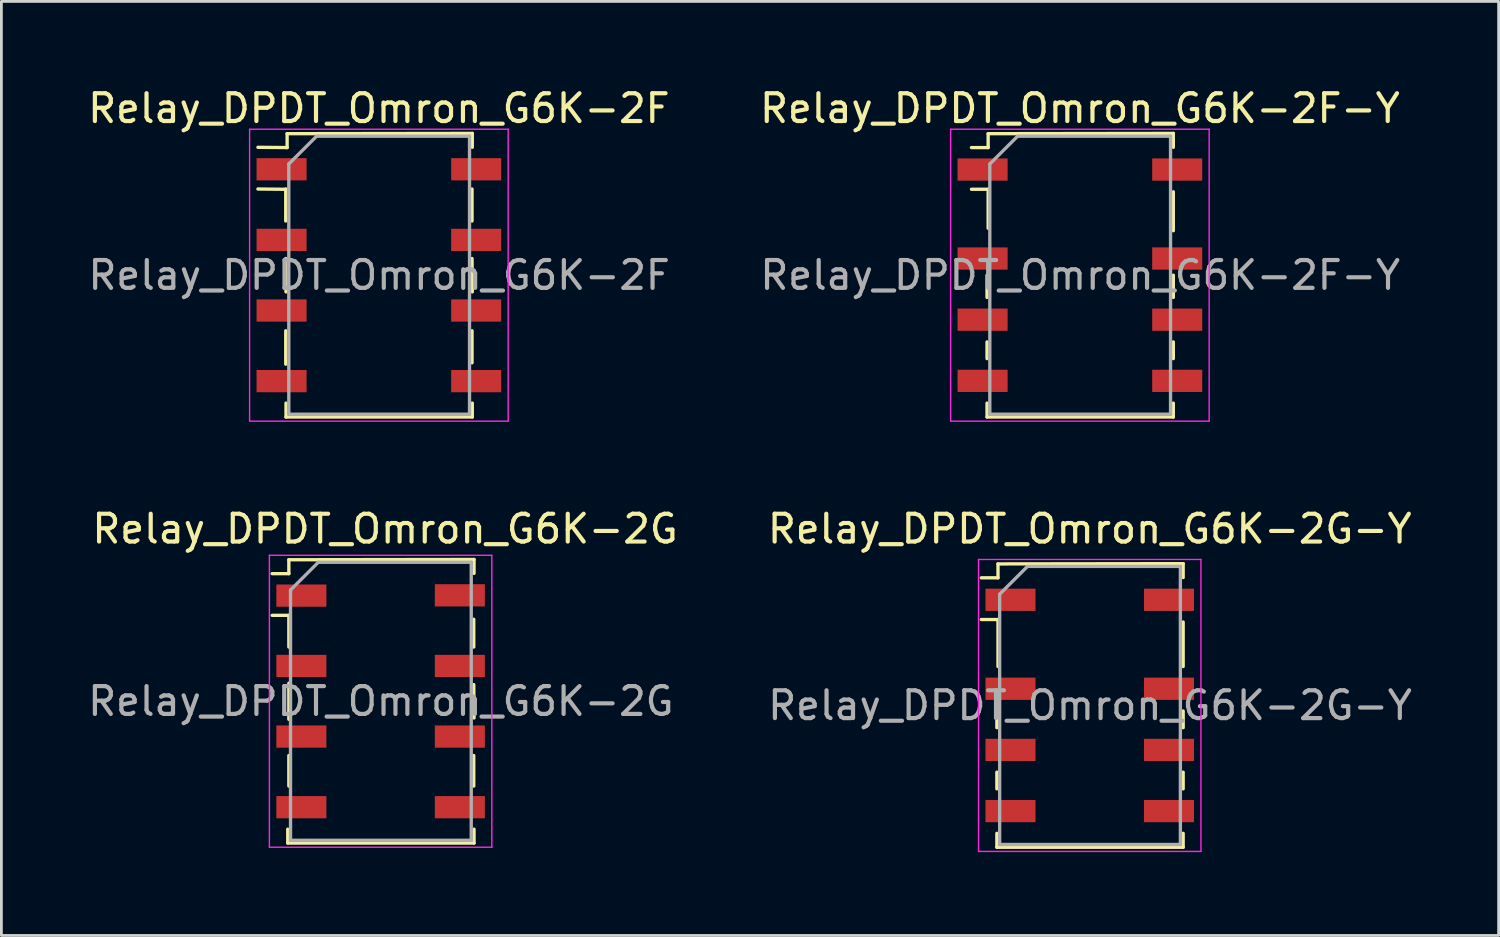
<source format=kicad_pcb>
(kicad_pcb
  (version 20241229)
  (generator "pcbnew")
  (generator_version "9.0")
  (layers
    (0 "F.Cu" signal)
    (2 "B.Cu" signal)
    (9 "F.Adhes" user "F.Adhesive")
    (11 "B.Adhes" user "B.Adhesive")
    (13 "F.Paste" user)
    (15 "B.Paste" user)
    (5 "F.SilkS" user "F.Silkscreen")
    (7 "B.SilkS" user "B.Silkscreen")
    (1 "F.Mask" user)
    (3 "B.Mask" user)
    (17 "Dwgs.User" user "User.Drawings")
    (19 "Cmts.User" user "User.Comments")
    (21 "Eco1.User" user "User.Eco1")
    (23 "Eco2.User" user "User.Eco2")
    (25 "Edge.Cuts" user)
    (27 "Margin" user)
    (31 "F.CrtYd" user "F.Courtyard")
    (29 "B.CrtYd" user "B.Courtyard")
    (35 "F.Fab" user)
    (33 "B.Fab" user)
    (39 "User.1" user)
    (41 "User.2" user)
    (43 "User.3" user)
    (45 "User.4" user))
  (footprint "Relay_DPDT_Omron_G6K-2G"
    (layer "F.Cu")
    (at 10.639 22.172)
    (property "Reference" "Relay_DPDT_Omron_G6K-2G" (at 0.16 -6.2 0) (layer "F.SilkS") (effects (font (size 1 1) (thickness 0.15))))
    (attr smd)
    (fp_line (start -3.34 5.1) (end -3.34 4.6) (stroke (width 0.12) (type solid)) (layer "F.SilkS"))
    (fp_line (start -3.3 -5.09) (end -3.3 -4.59) (stroke (width 0.12) (type solid)) (layer "F.SilkS"))
    (fp_line (start -3.3 -5.09) (end 3.36 -5.1) (stroke (width 0.12) (type solid)) (layer "F.SilkS"))
    (fp_line (start -3.3 -4.59) (end -3.9 -4.59) (stroke (width 0.12) (type solid)) (layer "F.SilkS"))
    (fp_line (start -3.3 -3.09) (end -3.9 -3.09) (stroke (width 0.12) (type solid)) (layer "F.SilkS"))
    (fp_line (start -3.3 -1.95) (end -3.3 -3.09) (stroke (width 0.12) (type solid)) (layer "F.SilkS"))
    (fp_line (start -3.3 0.65) (end -3.3 -0.65) (stroke (width 0.12) (type solid)) (layer "F.SilkS"))
    (fp_line (start -3.3 3.05) (end -3.3 1.95) (stroke (width 0.12) (type solid)) (layer "F.SilkS"))
    (fp_line (start 3.35 -2.95) (end 3.35 -1.95) (stroke (width 0.12) (type solid)) (layer "F.SilkS"))
    (fp_line (start 3.35 -0.6) (end 3.36 0.6) (stroke (width 0.12) (type solid)) (layer "F.SilkS"))
    (fp_line (start 3.35 1.95) (end 3.35 3.05) (stroke (width 0.12) (type solid)) (layer "F.SilkS"))
    (fp_line (start 3.36 -5.1) (end 3.36 -4.6) (stroke (width 0.12) (type solid)) (layer "F.SilkS"))
    (fp_line (start 3.36 4.6) (end 3.36 5.1) (stroke (width 0.12) (type solid)) (layer "F.SilkS"))
    (fp_line (start 3.36 5.1) (end -3.34 5.1) (stroke (width 0.12) (type solid)) (layer "F.SilkS"))
    (fp_line (start -4 -5.25) (end -4 5.25) (stroke (width 0.05) (type solid)) (layer "F.CrtYd"))
    (fp_line (start -4 -5.25) (end 4 -5.25) (stroke (width 0.05) (type solid)) (layer "F.CrtYd"))
    (fp_line (start 4 5.25) (end -4 5.25) (stroke (width 0.05) (type solid)) (layer "F.CrtYd"))
    (fp_line (start 4 5.25) (end 4 -5.25) (stroke (width 0.05) (type solid)) (layer "F.CrtYd"))
    (fp_line (start -3.24 -4) (end -2.24 -5) (stroke (width 0.12) (type solid)) (layer "F.Fab"))
    (fp_line (start -3.24 5) (end -3.24 -4) (stroke (width 0.12) (type solid)) (layer "F.Fab"))
    (fp_line (start -2.24 -5) (end 3.26 -5) (stroke (width 0.12) (type solid)) (layer "F.Fab"))
    (fp_line (start 3.26 -5) (end 3.26 5) (stroke (width 0.12) (type solid)) (layer "F.Fab"))
    (fp_line (start 3.26 5) (end -3.24 5) (stroke (width 0.12) (type solid)) (layer "F.Fab"))
    (fp_text user "${REFERENCE}" (at 0.01 0 0) (layer "F.Fab") (effects (font (size 1 1) (thickness 0.15))))
    (pad "1" smd rect (at -2.85 -3.8) (size 1.8 0.8) (layers "F.Cu" "F.Mask" "F.Paste"))
    (pad "2" smd rect (at -2.85 -1.27) (size 1.8 0.8) (layers "F.Cu" "F.Mask" "F.Paste"))
    (pad "3" smd rect (at -2.85 1.27) (size 1.8 0.8) (layers "F.Cu" "F.Mask" "F.Paste"))
    (pad "4" smd rect (at -2.85 3.81) (size 1.8 0.8) (layers "F.Cu" "F.Mask" "F.Paste"))
    (pad "5" smd rect (at 2.85 3.81) (size 1.8 0.8) (layers "F.Cu" "F.Mask" "F.Paste"))
    (pad "6" smd rect (at 2.85 1.27) (size 1.8 0.8) (layers "F.Cu" "F.Mask" "F.Paste"))
    (pad "7" smd rect (at 2.85 -1.27) (size 1.8 0.8) (layers "F.Cu" "F.Mask" "F.Paste"))
    (pad "8" smd rect (at 2.85 -3.81) (size 1.8 0.8) (layers "F.Cu" "F.Mask" "F.Paste")))
  (footprint "Relay_DPDT_Omron_G6K-2F-Y"
    (layer "F.Cu")
    (at 35.79 6.848)
    (property "Reference" "Relay_DPDT_Omron_G6K-2F-Y" (at 0 -6 0) (layer "F.SilkS") (effects (font (size 1 1) (thickness 0.15))))
    (attr smd)
    (fp_line (start -3.34 0.8) (end -3.34 0) (stroke (width 0.12) (type solid)) (layer "F.SilkS"))
    (fp_line (start -3.34 3) (end -3.34 2.4) (stroke (width 0.12) (type solid)) (layer "F.SilkS"))
    (fp_line (start -3.34 5.1) (end -3.34 4.6) (stroke (width 0.12) (type solid)) (layer "F.SilkS"))
    (fp_line (start -3.3 -5.09) (end -3.3 -4.59) (stroke (width 0.12) (type solid)) (layer "F.SilkS"))
    (fp_line (start -3.3 -5.09) (end 3.36 -5.1) (stroke (width 0.12) (type solid)) (layer "F.SilkS"))
    (fp_line (start -3.3 -4.59) (end -3.9 -4.59) (stroke (width 0.12) (type solid)) (layer "F.SilkS"))
    (fp_line (start -3.3 -3.09) (end -3.9 -3.09) (stroke (width 0.12) (type solid)) (layer "F.SilkS"))
    (fp_line (start -3.3 -1.69) (end -3.3 -3.09) (stroke (width 0.12) (type solid)) (layer "F.SilkS"))
    (fp_line (start 3.36 -5.1) (end 3.36 -4.6) (stroke (width 0.12) (type solid)) (layer "F.SilkS"))
    (fp_line (start 3.36 -3) (end 3.36 -1.6) (stroke (width 0.12) (type solid)) (layer "F.SilkS"))
    (fp_line (start 3.36 0) (end 3.36 0.8) (stroke (width 0.12) (type solid)) (layer "F.SilkS"))
    (fp_line (start 3.36 2.4) (end 3.36 3) (stroke (width 0.12) (type solid)) (layer "F.SilkS"))
    (fp_line (start 3.36 4.6) (end 3.36 5.1) (stroke (width 0.12) (type solid)) (layer "F.SilkS"))
    (fp_line (start 3.36 5.1) (end -3.34 5.1) (stroke (width 0.12) (type solid)) (layer "F.SilkS"))
    (fp_line (start -4.65 -5.25) (end -4.65 5.25) (stroke (width 0.05) (type solid)) (layer "F.CrtYd"))
    (fp_line (start -4.65 -5.25) (end 4.65 -5.25) (stroke (width 0.05) (type solid)) (layer "F.CrtYd"))
    (fp_line (start 4.65 5.25) (end -4.65 5.25) (stroke (width 0.05) (type solid)) (layer "F.CrtYd"))
    (fp_line (start 4.65 5.25) (end 4.65 -5.25) (stroke (width 0.05) (type solid)) (layer "F.CrtYd"))
    (fp_line (start -3.24 -4) (end -2.24 -5) (stroke (width 0.12) (type solid)) (layer "F.Fab"))
    (fp_line (start -3.24 5) (end -3.24 -4) (stroke (width 0.12) (type solid)) (layer "F.Fab"))
    (fp_line (start -2.24 -5) (end 3.26 -5) (stroke (width 0.12) (type solid)) (layer "F.Fab"))
    (fp_line (start 3.26 -5) (end 3.26 5) (stroke (width 0.12) (type solid)) (layer "F.Fab"))
    (fp_line (start 3.26 5) (end -3.24 5) (stroke (width 0.12) (type solid)) (layer "F.Fab"))
    (fp_text user "${REFERENCE}" (at 0.01 0 0) (layer "F.Fab") (effects (font (size 1 1) (thickness 0.15))))
    (pad "1" smd rect (at -3.5 -3.8) (size 1.8 0.8) (layers "F.Cu" "F.Mask" "F.Paste"))
    (pad "2" smd rect (at -3.5 -0.6) (size 1.8 0.8) (layers "F.Cu" "F.Mask" "F.Paste"))
    (pad "3" smd rect (at -3.5 1.6) (size 1.8 0.8) (layers "F.Cu" "F.Mask" "F.Paste"))
    (pad "4" smd rect (at -3.5 3.8) (size 1.8 0.8) (layers "F.Cu" "F.Mask" "F.Paste"))
    (pad "5" smd rect (at 3.5 3.8) (size 1.8 0.8) (layers "F.Cu" "F.Mask" "F.Paste"))
    (pad "6" smd rect (at 3.5 1.6) (size 1.8 0.8) (layers "F.Cu" "F.Mask" "F.Paste"))
    (pad "7" smd rect (at 3.5 -0.6) (size 1.8 0.8) (layers "F.Cu" "F.Mask" "F.Paste"))
    (pad "8" smd rect (at 3.5 -3.8) (size 1.8 0.8) (layers "F.Cu" "F.Mask" "F.Paste")))
  (footprint "Relay_DPDT_Omron_G6K-2G-Y"
    (layer "F.Cu")
    (at 36.144 22.322)
    (property "Reference" "Relay_DPDT_Omron_G6K-2G-Y" (at 0 -6.35 0) (unlocked yes) (layer "F.SilkS") (effects (font (size 1 1) (thickness 0.15))))
    (attr smd)
    (fp_line (start -3.34 0.8) (end -3.34 0.2) (stroke (width 0.12) (type solid)) (layer "F.SilkS"))
    (fp_line (start -3.34 3) (end -3.34 2.4) (stroke (width 0.12) (type solid)) (layer "F.SilkS"))
    (fp_line (start -3.34 5.1) (end -3.34 4.6) (stroke (width 0.12) (type solid)) (layer "F.SilkS"))
    (fp_line (start -3.3 -5.09) (end -3.3 -4.59) (stroke (width 0.12) (type solid)) (layer "F.SilkS"))
    (fp_line (start -3.3 -5.09) (end 3.36 -5.1) (stroke (width 0.12) (type solid)) (layer "F.SilkS"))
    (fp_line (start -3.3 -4.59) (end -3.9 -4.59) (stroke (width 0.12) (type solid)) (layer "F.SilkS"))
    (fp_line (start -3.3 -3.09) (end -3.9 -3.09) (stroke (width 0.12) (type solid)) (layer "F.SilkS"))
    (fp_line (start -3.3 -1.4) (end -3.3 -3.09) (stroke (width 0.12) (type solid)) (layer "F.SilkS"))
    (fp_line (start 3.36 -5.1) (end 3.36 -4.6) (stroke (width 0.12) (type solid)) (layer "F.SilkS"))
    (fp_line (start 3.36 -3) (end 3.36 -1.4) (stroke (width 0.12) (type solid)) (layer "F.SilkS"))
    (fp_line (start 3.36 0.2) (end 3.36 0.8) (stroke (width 0.12) (type solid)) (layer "F.SilkS"))
    (fp_line (start 3.36 2.4) (end 3.36 3) (stroke (width 0.12) (type solid)) (layer "F.SilkS"))
    (fp_line (start 3.36 4.6) (end 3.36 5.1) (stroke (width 0.12) (type solid)) (layer "F.SilkS"))
    (fp_line (start 3.36 5.1) (end -3.34 5.1) (stroke (width 0.12) (type solid)) (layer "F.SilkS"))
    (fp_line (start -4 -5.25) (end -4 5.25) (stroke (width 0.05) (type solid)) (layer "F.CrtYd"))
    (fp_line (start -4 -5.25) (end 4 -5.25) (stroke (width 0.05) (type solid)) (layer "F.CrtYd"))
    (fp_line (start 4 5.25) (end -4 5.25) (stroke (width 0.05) (type solid)) (layer "F.CrtYd"))
    (fp_line (start 4 5.25) (end 4 -5.25) (stroke (width 0.05) (type solid)) (layer "F.CrtYd"))
    (fp_line (start -3.24 -4) (end -2.24 -5) (stroke (width 0.12) (type solid)) (layer "F.Fab"))
    (fp_line (start -3.24 5) (end -3.24 -4) (stroke (width 0.12) (type solid)) (layer "F.Fab"))
    (fp_line (start -2.24 -5) (end 3.26 -5) (stroke (width 0.12) (type solid)) (layer "F.Fab"))
    (fp_line (start 3.26 -5) (end 3.26 5) (stroke (width 0.12) (type solid)) (layer "F.Fab"))
    (fp_line (start 3.26 5) (end -3.24 5) (stroke (width 0.12) (type solid)) (layer "F.Fab"))
    (fp_text user "${REFERENCE}" (at 0.01 0 0) (layer "F.Fab") (effects (font (size 1 1) (thickness 0.15))))
    (pad "1" smd rect (at -2.85 -3.8) (size 1.8 0.8) (layers "F.Cu" "F.Mask" "F.Paste"))
    (pad "2" smd rect (at -2.85 -0.6) (size 1.8 0.8) (layers "F.Cu" "F.Mask" "F.Paste"))
    (pad "3" smd rect (at -2.85 1.6) (size 1.8 0.8) (layers "F.Cu" "F.Mask" "F.Paste"))
    (pad "4" smd rect (at -2.85 3.8) (size 1.8 0.8) (layers "F.Cu" "F.Mask" "F.Paste"))
    (pad "5" smd rect (at 2.85 3.8) (size 1.8 0.8) (layers "F.Cu" "F.Mask" "F.Paste"))
    (pad "6" smd rect (at 2.85 1.6) (size 1.8 0.8) (layers "F.Cu" "F.Mask" "F.Paste"))
    (pad "7" smd rect (at 2.85 -0.6) (size 1.8 0.8) (layers "F.Cu" "F.Mask" "F.Paste"))
    (pad "8" smd rect (at 2.85 -3.8) (size 1.8 0.8) (layers "F.Cu" "F.Mask" "F.Paste")))
  (footprint "Relay_DPDT_Omron_G6K-2F"
    (layer "F.Cu")
    (at 10.577 6.848)
    (property "Reference" "Relay_DPDT_Omron_G6K-2F" (at 0 -6 0) (layer "F.SilkS") (effects (font (size 1 1) (thickness 0.15))))
    (attr smd)
    (fp_line (start -3.35 -3.09) (end -4.35 -3.1) (stroke (width 0.12) (type solid)) (layer "F.SilkS"))
    (fp_line (start -3.35 -1.95) (end -3.35 -3.1) (stroke (width 0.12) (type solid)) (layer "F.SilkS"))
    (fp_line (start -3.35 3.2) (end -3.35 2) (stroke (width 0.12) (type solid)) (layer "F.SilkS"))
    (fp_line (start -3.34 0.6) (end -3.35 -0.6) (stroke (width 0.12) (type solid)) (layer "F.SilkS"))
    (fp_line (start -3.34 5.1) (end -3.34 4.6) (stroke (width 0.12) (type solid)) (layer "F.SilkS"))
    (fp_line (start -3.3 -5.09) (end -3.3 -4.59) (stroke (width 0.12) (type solid)) (layer "F.SilkS"))
    (fp_line (start -3.3 -5.09) (end 3.36 -5.1) (stroke (width 0.12) (type solid)) (layer "F.SilkS"))
    (fp_line (start -3.3 -4.59) (end -4.35 -4.6) (stroke (width 0.12) (type solid)) (layer "F.SilkS"))
    (fp_line (start 3.35 -3.1) (end 3.35 -1.95) (stroke (width 0.12) (type solid)) (layer "F.SilkS"))
    (fp_line (start 3.35 -0.6) (end 3.36 0.6) (stroke (width 0.12) (type solid)) (layer "F.SilkS"))
    (fp_line (start 3.35 2) (end 3.35 3.15) (stroke (width 0.12) (type solid)) (layer "F.SilkS"))
    (fp_line (start 3.36 -5.1) (end 3.36 -4.6) (stroke (width 0.12) (type solid)) (layer "F.SilkS"))
    (fp_line (start 3.36 4.6) (end 3.36 5.1) (stroke (width 0.12) (type solid)) (layer "F.SilkS"))
    (fp_line (start 3.36 5.1) (end -3.34 5.1) (stroke (width 0.12) (type solid)) (layer "F.SilkS"))
    (fp_line (start -4.65 -5.25) (end -4.65 5.25) (stroke (width 0.05) (type solid)) (layer "F.CrtYd"))
    (fp_line (start -4.65 -5.25) (end 4.65 -5.25) (stroke (width 0.05) (type solid)) (layer "F.CrtYd"))
    (fp_line (start 4.65 5.25) (end -4.65 5.25) (stroke (width 0.05) (type solid)) (layer "F.CrtYd"))
    (fp_line (start 4.65 5.25) (end 4.65 -5.25) (stroke (width 0.05) (type solid)) (layer "F.CrtYd"))
    (fp_line (start -3.24 -4) (end -2.24 -5) (stroke (width 0.12) (type solid)) (layer "F.Fab"))
    (fp_line (start -3.24 5) (end -3.24 -4) (stroke (width 0.12) (type solid)) (layer "F.Fab"))
    (fp_line (start -2.24 -5) (end 3.26 -5) (stroke (width 0.12) (type solid)) (layer "F.Fab"))
    (fp_line (start 3.26 -5) (end 3.26 5) (stroke (width 0.12) (type solid)) (layer "F.Fab"))
    (fp_line (start 3.26 5) (end -3.24 5) (stroke (width 0.12) (type solid)) (layer "F.Fab"))
    (fp_text user "${REFERENCE}" (at 0.01 0 0) (layer "F.Fab") (effects (font (size 1 1) (thickness 0.15))))
    (pad "1" smd rect (at -3.5 -3.81) (size 1.8 0.8) (layers "F.Cu" "F.Mask" "F.Paste"))
    (pad "2" smd rect (at -3.5 -1.27) (size 1.8 0.8) (layers "F.Cu" "F.Mask" "F.Paste"))
    (pad "3" smd rect (at -3.5 1.27) (size 1.8 0.8) (layers "F.Cu" "F.Mask" "F.Paste"))
    (pad "4" smd rect (at -3.5 3.81) (size 1.8 0.8) (layers "F.Cu" "F.Mask" "F.Paste"))
    (pad "5" smd rect (at 3.5 3.81) (size 1.8 0.8) (layers "F.Cu" "F.Mask" "F.Paste"))
    (pad "6" smd rect (at 3.5 1.27) (size 1.8 0.8) (layers "F.Cu" "F.Mask" "F.Paste"))
    (pad "7" smd rect (at 3.5 -1.27) (size 1.8 0.8) (layers "F.Cu" "F.Mask" "F.Paste"))
    (pad "8" smd rect (at 3.5 -3.81) (size 1.8 0.8) (layers "F.Cu" "F.Mask" "F.Paste")))
  (gr_rect
    (start -3 -3)
    (end 50.85 30.596)
    (stroke (width 0.1) (type default))
    (fill no)
    (layer "Edge.Cuts")))
</source>
